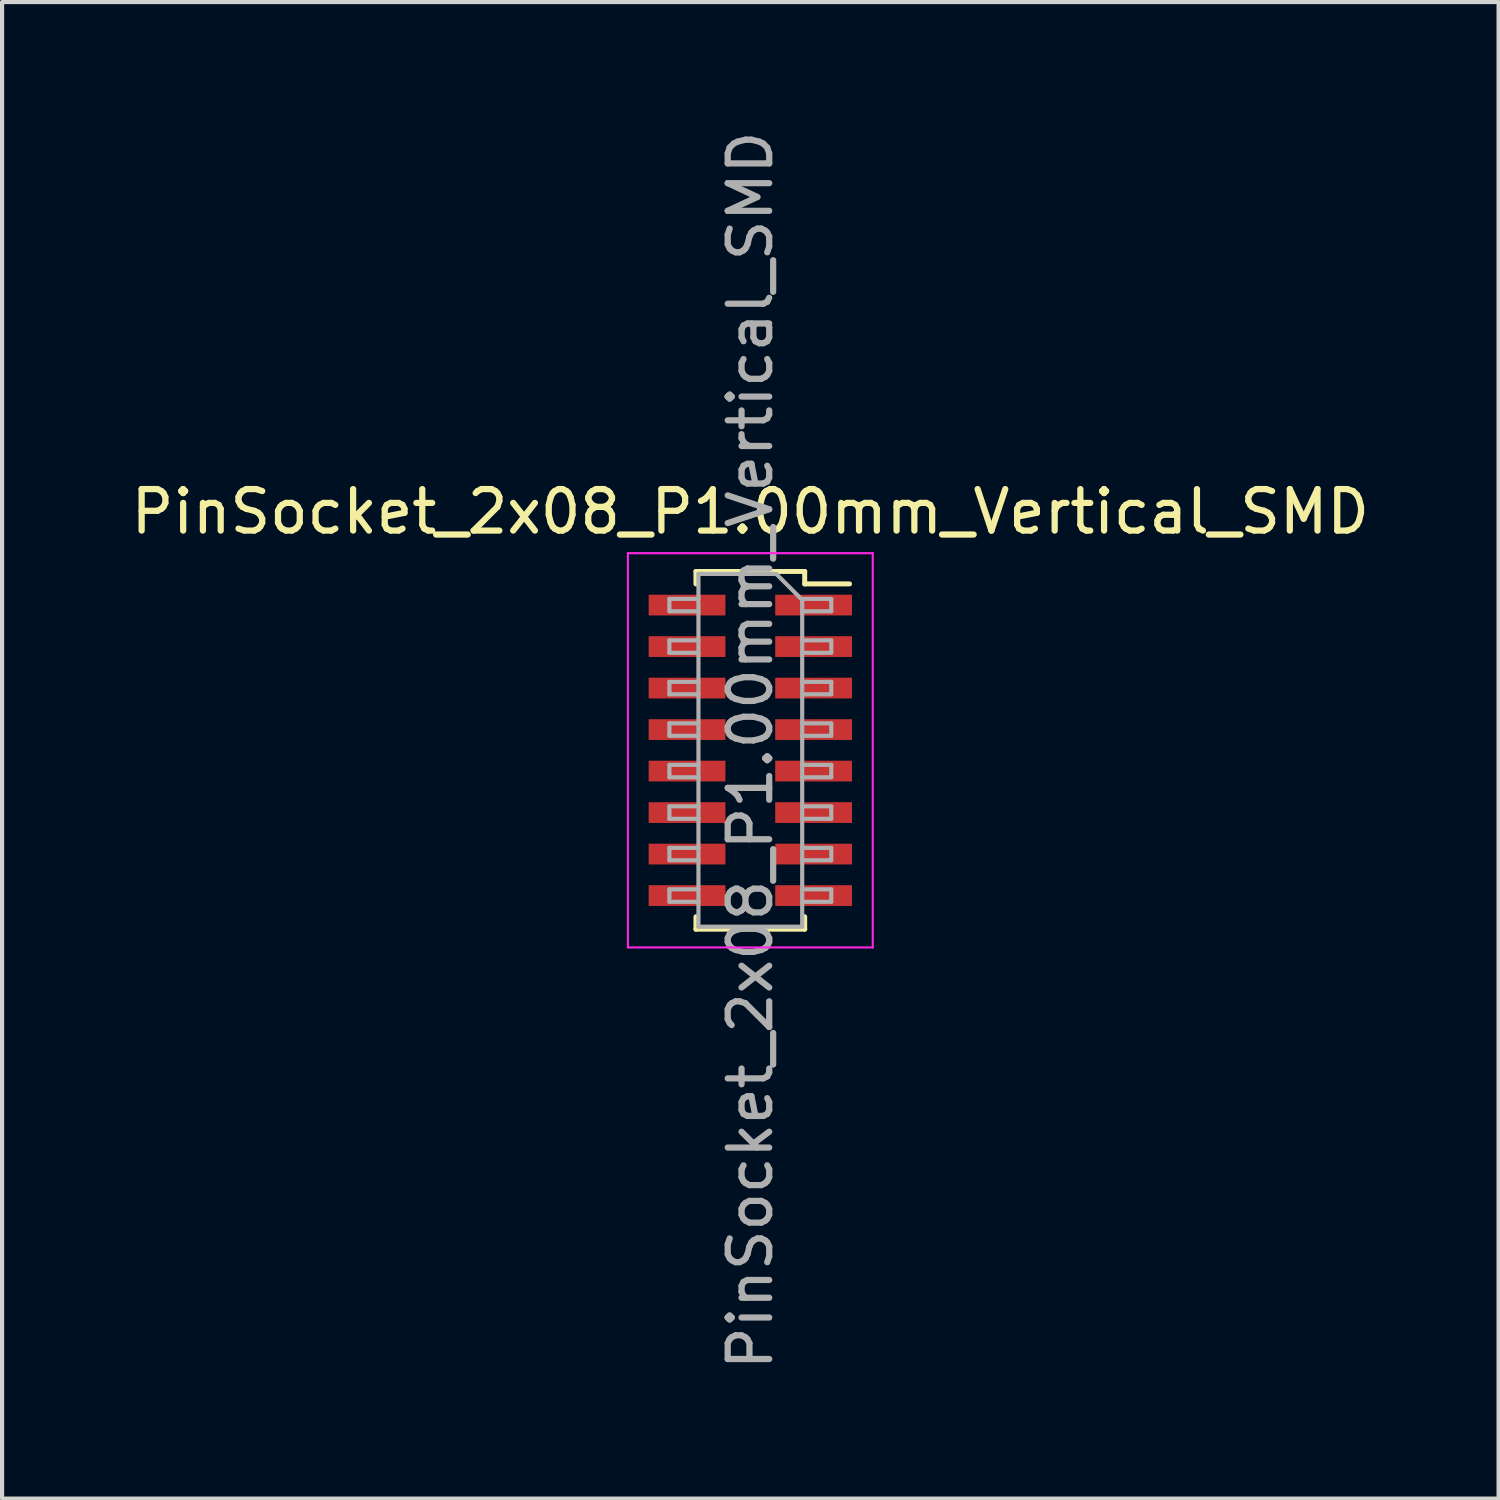
<source format=kicad_pcb>
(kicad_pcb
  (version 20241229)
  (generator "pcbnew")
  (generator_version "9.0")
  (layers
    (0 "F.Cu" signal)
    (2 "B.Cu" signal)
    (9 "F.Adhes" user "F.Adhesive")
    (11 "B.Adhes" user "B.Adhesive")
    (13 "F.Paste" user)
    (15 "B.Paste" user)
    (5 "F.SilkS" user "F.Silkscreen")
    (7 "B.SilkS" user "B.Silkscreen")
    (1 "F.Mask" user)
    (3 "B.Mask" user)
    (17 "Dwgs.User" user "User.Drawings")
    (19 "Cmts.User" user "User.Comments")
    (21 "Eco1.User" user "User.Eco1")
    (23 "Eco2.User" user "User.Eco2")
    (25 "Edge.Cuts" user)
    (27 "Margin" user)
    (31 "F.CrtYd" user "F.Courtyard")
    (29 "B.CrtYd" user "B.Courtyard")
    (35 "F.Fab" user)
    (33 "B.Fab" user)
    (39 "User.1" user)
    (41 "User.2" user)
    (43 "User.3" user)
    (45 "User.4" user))
  (footprint "PinSocket_2x08_P1.00mm_Vertical_SMD"
    (layer "F.Cu")
    (at 15.03 15.03)
    (property "Reference" "PinSocket_2x08_P1.00mm_Vertical_SMD" (at 0 -5.75 0) (layer "F.SilkS") (effects (font (size 1 1) (thickness 0.15))))
    (attr smd)
    (fp_line (start -1.31 -4.31) (end -1.31 -4.01) (stroke (width 0.12) (type solid)) (layer "F.SilkS"))
    (fp_line (start -1.31 -4.31) (end 1.31 -4.31) (stroke (width 0.12) (type solid)) (layer "F.SilkS"))
    (fp_line (start -1.31 4.01) (end -1.31 4.31) (stroke (width 0.12) (type solid)) (layer "F.SilkS"))
    (fp_line (start -1.31 4.31) (end 1.31 4.31) (stroke (width 0.12) (type solid)) (layer "F.SilkS"))
    (fp_line (start 1.31 -4.31) (end 1.31 -4.01) (stroke (width 0.12) (type solid)) (layer "F.SilkS"))
    (fp_line (start 1.31 -4.01) (end 2.39 -4.01) (stroke (width 0.12) (type solid)) (layer "F.SilkS"))
    (fp_line (start 1.31 4.01) (end 1.31 4.31) (stroke (width 0.12) (type solid)) (layer "F.SilkS"))
    (fp_line (start -2.95 -4.75) (end 2.95 -4.75) (stroke (width 0.05) (type solid)) (layer "F.CrtYd"))
    (fp_line (start -2.95 4.75) (end -2.95 -4.75) (stroke (width 0.05) (type solid)) (layer "F.CrtYd"))
    (fp_line (start 2.95 -4.75) (end 2.95 4.75) (stroke (width 0.05) (type solid)) (layer "F.CrtYd"))
    (fp_line (start 2.95 4.75) (end -2.95 4.75) (stroke (width 0.05) (type solid)) (layer "F.CrtYd"))
    (fp_line (start -1.95 -3.65) (end -1.25 -3.65) (stroke (width 0.1) (type solid)) (layer "F.Fab"))
    (fp_line (start -1.95 -3.35) (end -1.95 -3.65) (stroke (width 0.1) (type solid)) (layer "F.Fab"))
    (fp_line (start -1.95 -2.65) (end -1.25 -2.65) (stroke (width 0.1) (type solid)) (layer "F.Fab"))
    (fp_line (start -1.95 -2.35) (end -1.95 -2.65) (stroke (width 0.1) (type solid)) (layer "F.Fab"))
    (fp_line (start -1.95 -1.65) (end -1.25 -1.65) (stroke (width 0.1) (type solid)) (layer "F.Fab"))
    (fp_line (start -1.95 -1.35) (end -1.95 -1.65) (stroke (width 0.1) (type solid)) (layer "F.Fab"))
    (fp_line (start -1.95 -0.65) (end -1.25 -0.65) (stroke (width 0.1) (type solid)) (layer "F.Fab"))
    (fp_line (start -1.95 -0.35) (end -1.95 -0.65) (stroke (width 0.1) (type solid)) (layer "F.Fab"))
    (fp_line (start -1.95 0.35) (end -1.25 0.35) (stroke (width 0.1) (type solid)) (layer "F.Fab"))
    (fp_line (start -1.95 0.65) (end -1.95 0.35) (stroke (width 0.1) (type solid)) (layer "F.Fab"))
    (fp_line (start -1.95 1.35) (end -1.25 1.35) (stroke (width 0.1) (type solid)) (layer "F.Fab"))
    (fp_line (start -1.95 1.65) (end -1.95 1.35) (stroke (width 0.1) (type solid)) (layer "F.Fab"))
    (fp_line (start -1.95 2.35) (end -1.25 2.35) (stroke (width 0.1) (type solid)) (layer "F.Fab"))
    (fp_line (start -1.95 2.65) (end -1.95 2.35) (stroke (width 0.1) (type solid)) (layer "F.Fab"))
    (fp_line (start -1.95 3.35) (end -1.25 3.35) (stroke (width 0.1) (type solid)) (layer "F.Fab"))
    (fp_line (start -1.95 3.65) (end -1.95 3.35) (stroke (width 0.1) (type solid)) (layer "F.Fab"))
    (fp_line (start -1.25 -4.25) (end 0.625 -4.25) (stroke (width 0.1) (type solid)) (layer "F.Fab"))
    (fp_line (start -1.25 -3.35) (end -1.95 -3.35) (stroke (width 0.1) (type solid)) (layer "F.Fab"))
    (fp_line (start -1.25 -2.35) (end -1.95 -2.35) (stroke (width 0.1) (type solid)) (layer "F.Fab"))
    (fp_line (start -1.25 -1.35) (end -1.95 -1.35) (stroke (width 0.1) (type solid)) (layer "F.Fab"))
    (fp_line (start -1.25 -0.35) (end -1.95 -0.35) (stroke (width 0.1) (type solid)) (layer "F.Fab"))
    (fp_line (start -1.25 0.65) (end -1.95 0.65) (stroke (width 0.1) (type solid)) (layer "F.Fab"))
    (fp_line (start -1.25 1.65) (end -1.95 1.65) (stroke (width 0.1) (type solid)) (layer "F.Fab"))
    (fp_line (start -1.25 2.65) (end -1.95 2.65) (stroke (width 0.1) (type solid)) (layer "F.Fab"))
    (fp_line (start -1.25 3.65) (end -1.95 3.65) (stroke (width 0.1) (type solid)) (layer "F.Fab"))
    (fp_line (start -1.25 4.25) (end -1.25 -4.25) (stroke (width 0.1) (type solid)) (layer "F.Fab"))
    (fp_line (start 0.625 -4.25) (end 1.25 -3.625) (stroke (width 0.1) (type solid)) (layer "F.Fab"))
    (fp_line (start 1.25 -3.65) (end 1.95 -3.65) (stroke (width 0.1) (type solid)) (layer "F.Fab"))
    (fp_line (start 1.25 -3.625) (end 1.25 4.25) (stroke (width 0.1) (type solid)) (layer "F.Fab"))
    (fp_line (start 1.25 -2.65) (end 1.95 -2.65) (stroke (width 0.1) (type solid)) (layer "F.Fab"))
    (fp_line (start 1.25 -1.65) (end 1.95 -1.65) (stroke (width 0.1) (type solid)) (layer "F.Fab"))
    (fp_line (start 1.25 -0.65) (end 1.95 -0.65) (stroke (width 0.1) (type solid)) (layer "F.Fab"))
    (fp_line (start 1.25 0.35) (end 1.95 0.35) (stroke (width 0.1) (type solid)) (layer "F.Fab"))
    (fp_line (start 1.25 1.35) (end 1.95 1.35) (stroke (width 0.1) (type solid)) (layer "F.Fab"))
    (fp_line (start 1.25 2.35) (end 1.95 2.35) (stroke (width 0.1) (type solid)) (layer "F.Fab"))
    (fp_line (start 1.25 3.35) (end 1.95 3.35) (stroke (width 0.1) (type solid)) (layer "F.Fab"))
    (fp_line (start 1.25 4.25) (end -1.25 4.25) (stroke (width 0.1) (type solid)) (layer "F.Fab"))
    (fp_line (start 1.95 -3.65) (end 1.95 -3.35) (stroke (width 0.1) (type solid)) (layer "F.Fab"))
    (fp_line (start 1.95 -3.35) (end 1.25 -3.35) (stroke (width 0.1) (type solid)) (layer "F.Fab"))
    (fp_line (start 1.95 -2.65) (end 1.95 -2.35) (stroke (width 0.1) (type solid)) (layer "F.Fab"))
    (fp_line (start 1.95 -2.35) (end 1.25 -2.35) (stroke (width 0.1) (type solid)) (layer "F.Fab"))
    (fp_line (start 1.95 -1.65) (end 1.95 -1.35) (stroke (width 0.1) (type solid)) (layer "F.Fab"))
    (fp_line (start 1.95 -1.35) (end 1.25 -1.35) (stroke (width 0.1) (type solid)) (layer "F.Fab"))
    (fp_line (start 1.95 -0.65) (end 1.95 -0.35) (stroke (width 0.1) (type solid)) (layer "F.Fab"))
    (fp_line (start 1.95 -0.35) (end 1.25 -0.35) (stroke (width 0.1) (type solid)) (layer "F.Fab"))
    (fp_line (start 1.95 0.35) (end 1.95 0.65) (stroke (width 0.1) (type solid)) (layer "F.Fab"))
    (fp_line (start 1.95 0.65) (end 1.25 0.65) (stroke (width 0.1) (type solid)) (layer "F.Fab"))
    (fp_line (start 1.95 1.35) (end 1.95 1.65) (stroke (width 0.1) (type solid)) (layer "F.Fab"))
    (fp_line (start 1.95 1.65) (end 1.25 1.65) (stroke (width 0.1) (type solid)) (layer "F.Fab"))
    (fp_line (start 1.95 2.35) (end 1.95 2.65) (stroke (width 0.1) (type solid)) (layer "F.Fab"))
    (fp_line (start 1.95 2.65) (end 1.25 2.65) (stroke (width 0.1) (type solid)) (layer "F.Fab"))
    (fp_line (start 1.95 3.35) (end 1.95 3.65) (stroke (width 0.1) (type solid)) (layer "F.Fab"))
    (fp_line (start 1.95 3.65) (end 1.25 3.65) (stroke (width 0.1) (type solid)) (layer "F.Fab"))
    (fp_text user "${REFERENCE}" (at 0 0 90) (layer "F.Fab") (effects (font (size 1 1) (thickness 0.15))))
    (pad "1" smd rect (at 1.525 -3.5) (size 1.85 0.5) (layers "F.Cu" "F.Mask" "F.Paste"))
    (pad "2" smd rect (at -1.525 -3.5) (size 1.85 0.5) (layers "F.Cu" "F.Mask" "F.Paste"))
    (pad "3" smd rect (at 1.525 -2.5) (size 1.85 0.5) (layers "F.Cu" "F.Mask" "F.Paste"))
    (pad "4" smd rect (at -1.525 -2.5) (size 1.85 0.5) (layers "F.Cu" "F.Mask" "F.Paste"))
    (pad "5" smd rect (at 1.525 -1.5) (size 1.85 0.5) (layers "F.Cu" "F.Mask" "F.Paste"))
    (pad "6" smd rect (at -1.525 -1.5) (size 1.85 0.5) (layers "F.Cu" "F.Mask" "F.Paste"))
    (pad "7" smd rect (at 1.525 -0.5) (size 1.85 0.5) (layers "F.Cu" "F.Mask" "F.Paste"))
    (pad "8" smd rect (at -1.525 -0.5) (size 1.85 0.5) (layers "F.Cu" "F.Mask" "F.Paste"))
    (pad "9" smd rect (at 1.525 0.5) (size 1.85 0.5) (layers "F.Cu" "F.Mask" "F.Paste"))
    (pad "10" smd rect (at -1.525 0.5) (size 1.85 0.5) (layers "F.Cu" "F.Mask" "F.Paste"))
    (pad "11" smd rect (at 1.525 1.5) (size 1.85 0.5) (layers "F.Cu" "F.Mask" "F.Paste"))
    (pad "12" smd rect (at -1.525 1.5) (size 1.85 0.5) (layers "F.Cu" "F.Mask" "F.Paste"))
    (pad "13" smd rect (at 1.525 2.5) (size 1.85 0.5) (layers "F.Cu" "F.Mask" "F.Paste"))
    (pad "14" smd rect (at -1.525 2.5) (size 1.85 0.5) (layers "F.Cu" "F.Mask" "F.Paste"))
    (pad "15" smd rect (at 1.525 3.5) (size 1.85 0.5) (layers "F.Cu" "F.Mask" "F.Paste"))
    (pad "16" smd rect (at -1.525 3.5) (size 1.85 0.5) (layers "F.Cu" "F.Mask" "F.Paste")))
  (gr_rect
    (start -3 -3)
    (end 33.06 33.06)
    (stroke (width 0.1) (type default))
    (fill no)
    (layer "Edge.Cuts")))
</source>
